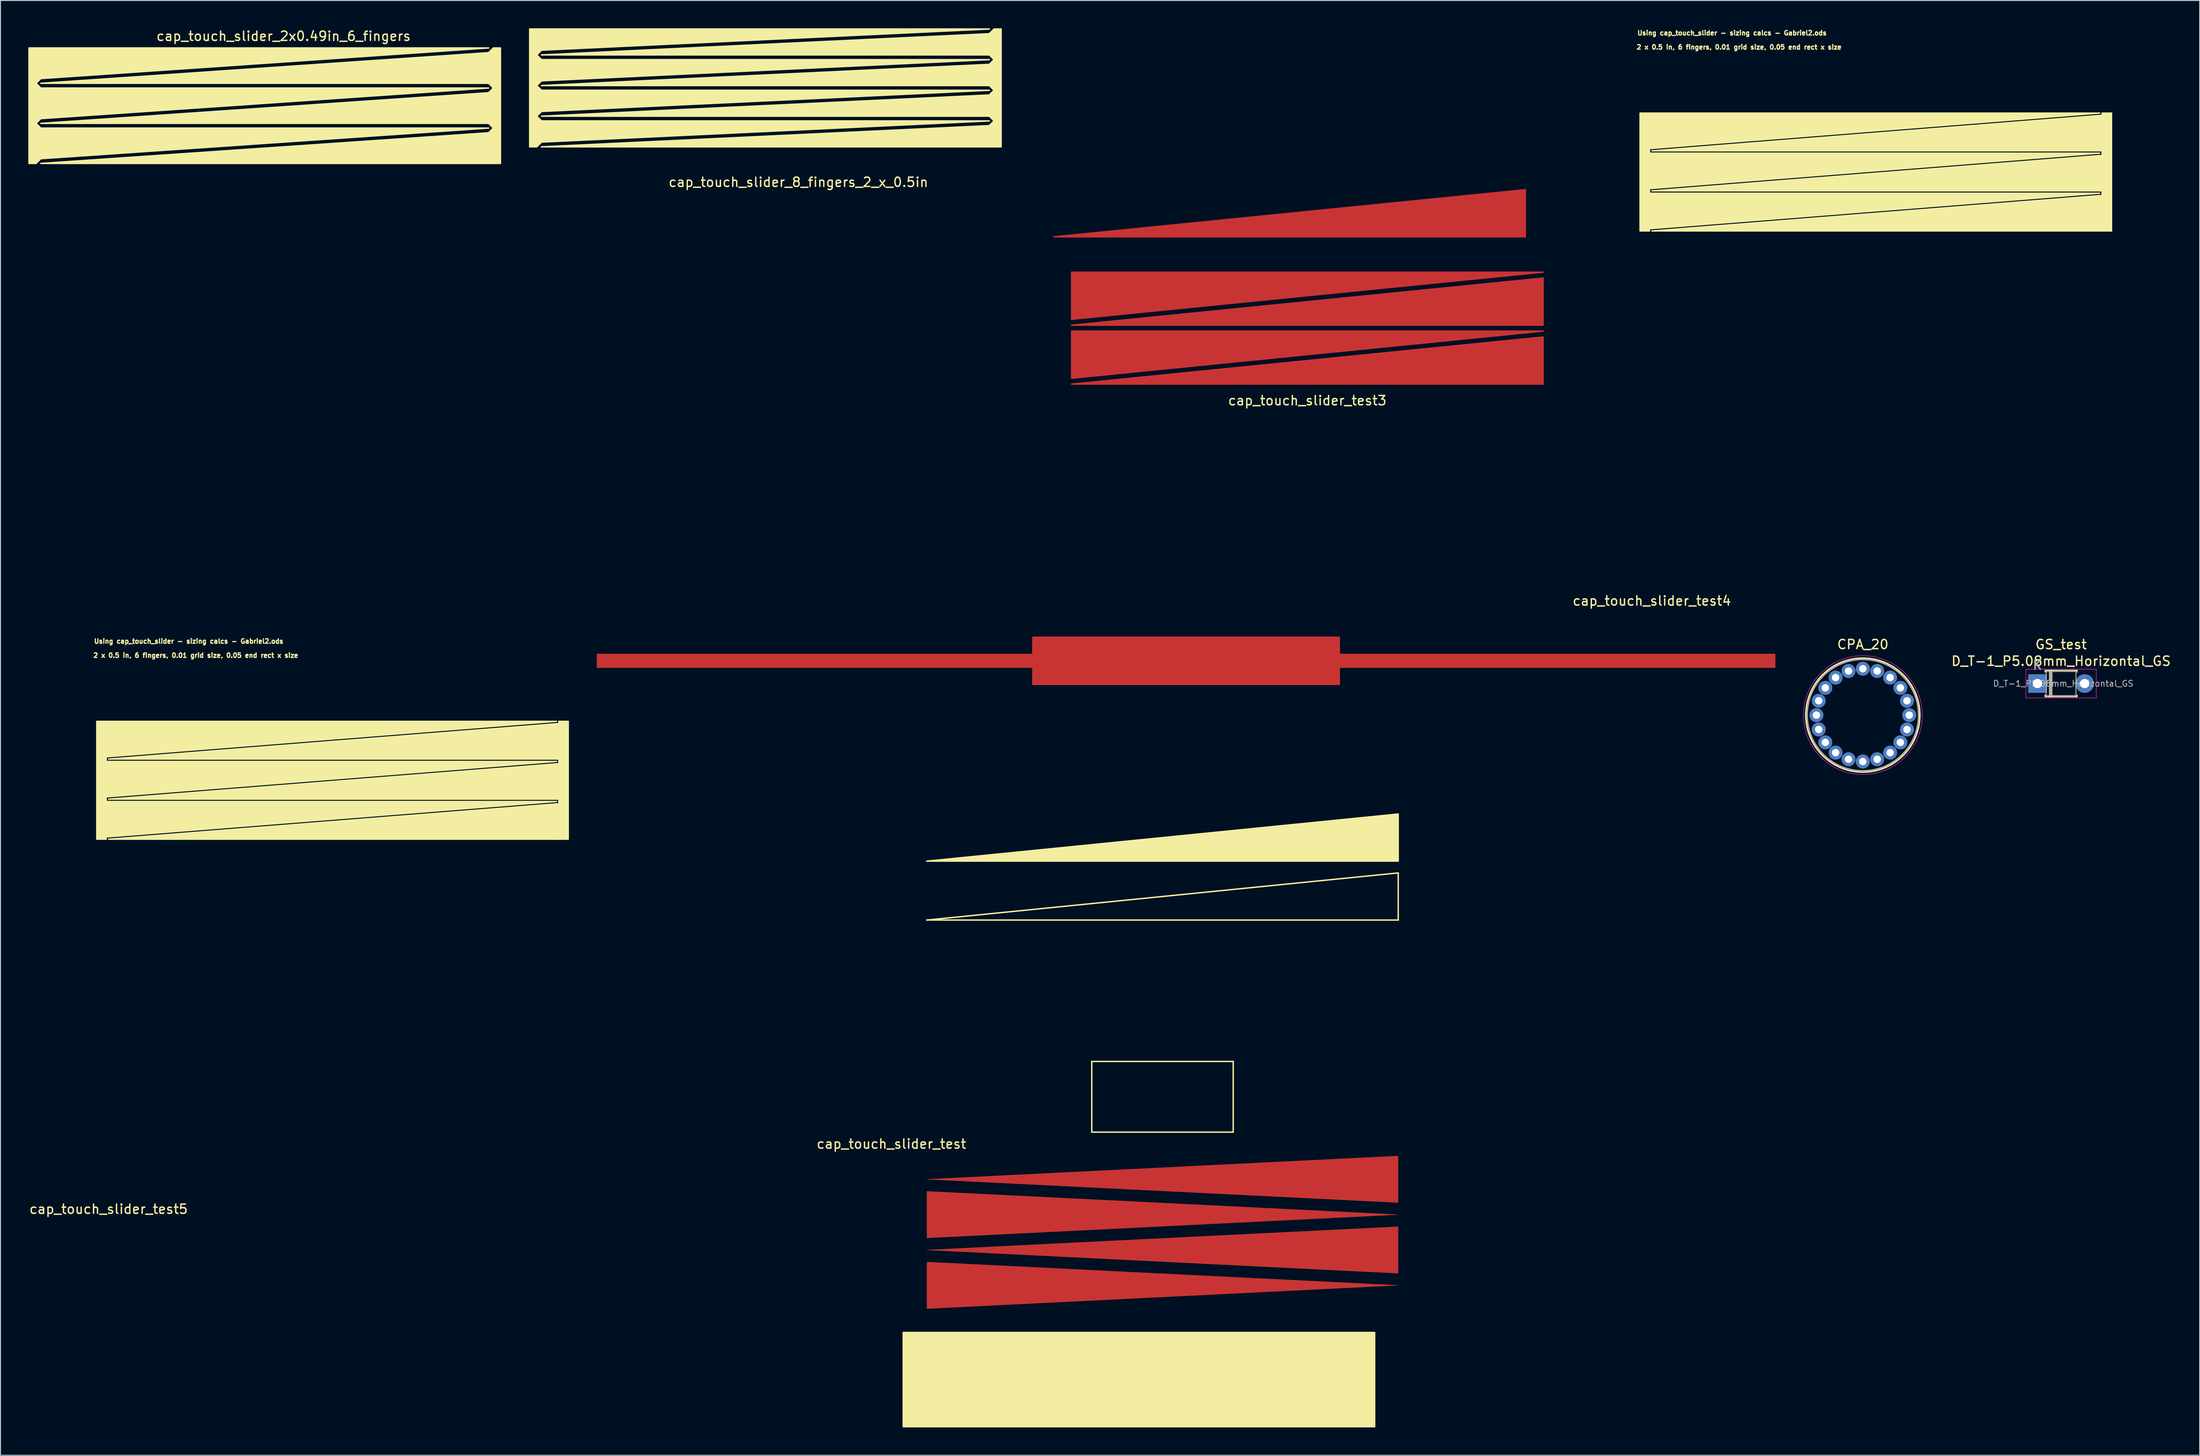
<source format=kicad_pcb>
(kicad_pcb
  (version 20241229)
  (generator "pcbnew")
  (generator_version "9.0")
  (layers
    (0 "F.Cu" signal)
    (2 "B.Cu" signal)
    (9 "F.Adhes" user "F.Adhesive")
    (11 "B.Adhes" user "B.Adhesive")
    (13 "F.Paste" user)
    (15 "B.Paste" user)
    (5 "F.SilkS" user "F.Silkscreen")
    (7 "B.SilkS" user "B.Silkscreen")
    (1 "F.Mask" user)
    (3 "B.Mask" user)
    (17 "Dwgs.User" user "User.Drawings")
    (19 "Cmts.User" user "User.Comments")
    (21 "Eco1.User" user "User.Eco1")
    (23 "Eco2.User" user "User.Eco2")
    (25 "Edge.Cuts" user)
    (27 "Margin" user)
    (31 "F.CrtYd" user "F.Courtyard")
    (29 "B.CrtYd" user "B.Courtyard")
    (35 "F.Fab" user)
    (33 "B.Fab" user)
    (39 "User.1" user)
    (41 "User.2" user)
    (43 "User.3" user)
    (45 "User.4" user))
  (footprint "cap_touch_slider_8_fingers_2_x_0.5in"
    (layer "F.Cu")
    (at 55.295 12.775)
    (property "Reference" "cap_touch_slider_8_fingers_2_x_0.5in" (at 27.686 3.81 0) (layer "F.SilkS") (effects (font (size 1 1) (thickness 0.15))))
    (attr through_hole)
    (fp_poly (pts (xy 0 -9.906) (xy 48.26 -12.192) (xy 48.26 -9.906)) (stroke (width 0.15) (type solid)) (fill yes) (layer "F.SilkS"))
    (fp_poly (pts (xy 0 -6.604) (xy 48.26 -8.89) (xy 48.26 -6.604)) (stroke (width 0.15) (type solid)) (fill yes) (layer "F.SilkS"))
    (fp_poly (pts (xy 0 -3.302) (xy 48.26 -5.588) (xy 48.26 -3.302)) (stroke (width 0.15) (type solid)) (fill yes) (layer "F.SilkS"))
    (fp_poly (pts (xy 0 0) (xy 48.26 -2.286) (xy 48.26 0)) (stroke (width 0.15) (type solid)) (fill yes) (layer "F.SilkS"))
    (fp_poly (pts (xy 48.26 -12.7) (xy 0 -10.414) (xy 0 -12.7)) (stroke (width 0.15) (type solid)) (fill yes) (layer "F.SilkS"))
    (fp_poly (pts (xy 48.26 -9.398) (xy 0 -7.112) (xy 0 -9.398)) (stroke (width 0.15) (type solid)) (fill yes) (layer "F.SilkS"))
    (fp_poly (pts (xy 48.26 -6.096) (xy 0 -3.81) (xy 0 -6.096)) (stroke (width 0.15) (type solid)) (fill yes) (layer "F.SilkS"))
    (fp_poly (pts (xy 48.26 -2.794) (xy 0 -0.508) (xy 0 -2.794)) (stroke (width 0.15) (type solid)) (fill yes) (layer "F.SilkS"))
    (fp_poly (pts (xy 0 -12.7) (xy 0 -10.414) (xy -0.508 -9.906) (xy 0 -9.398) (xy 0 -7.112) (xy -0.508 -6.604) (xy 0 -6.096) (xy 0 -3.81) (xy -0.508 -3.302) (xy 0 -2.794) (xy 0 -0.508) (xy -0.508 0) (xy -1.27 0) (xy -1.27 -12.7)) (stroke (width 0.15) (type solid)) (fill yes) (layer "F.SilkS"))
    (fp_poly (pts (xy 48.26 0) (xy 48.26 -2.286) (xy 48.768 -2.794) (xy 48.26 -3.302) (xy 48.26 -5.588) (xy 48.768 -6.096) (xy 48.26 -6.604) (xy 48.26 -8.89) (xy 48.768 -9.398) (xy 48.26 -9.906) (xy 48.26 -12.192) (xy 48.768 -12.7) (xy 49.53 -12.7) (xy 49.53 0)) (stroke (width 0.15) (type solid)) (fill yes) (layer "F.SilkS")))
  (footprint "cap_touch_slider_test5"
    (layer "F.Cu")
    (at 8.649 87.398)
    (property "Reference" "cap_touch_slider_test5" (at 0 39.87 0) (layer "F.SilkS") (effects (font (size 1 1) (thickness 0.15))))
    (attr smd)
    (fp_poly (pts (xy 0 -8.636) (xy 48.26 -8.636) (xy 48.26 -12.446)) (stroke (width 0.15) (type solid)) (fill yes) (layer "F.SilkS"))
    (fp_poly (pts (xy 0 -4.318) (xy 48.26 -4.318) (xy 48.26 -8.128)) (stroke (width 0.15) (type solid)) (fill yes) (layer "F.SilkS"))
    (fp_poly (pts (xy 0 0) (xy 48.26 0) (xy 48.26 -3.81)) (stroke (width 0.15) (type solid)) (fill yes) (layer "F.SilkS"))
    (fp_poly (pts (xy 48.26 -12.7) (xy 0 -12.7) (xy 0 -8.89)) (stroke (width 0.15) (type solid)) (fill yes) (layer "F.SilkS"))
    (fp_poly (pts (xy 48.26 -8.382) (xy 0 -8.382) (xy 0 -4.572)) (stroke (width 0.15) (type solid)) (fill yes) (layer "F.SilkS"))
    (fp_poly (pts (xy 48.26 -4.064) (xy 0 -4.064) (xy 0 -0.254)) (stroke (width 0.15) (type solid)) (fill yes) (layer "F.SilkS"))
    (fp_poly (pts (xy 0 -12.7) (xy 0 -8.89) (xy -0.254 -8.89) (xy -0.254 -8.636) (xy -0.254 -8.382) (xy 0 -8.382) (xy 0 -4.572) (xy -0.254 -4.572) (xy -0.254 -4.064) (xy 0 -4.064) (xy 0 -0.254) (xy -0.254 -0.254) (xy -0.254 0) (xy -1.27 0) (xy -1.27 -12.7)) (stroke (width 0.15) (type solid)) (fill yes) (layer "F.SilkS"))
    (fp_poly (pts (xy 48.26 0) (xy 48.26 -3.81) (xy 48.514 -3.81) (xy 48.514 -4.064) (xy 48.514 -4.318) (xy 48.26 -4.318) (xy 48.26 -8.128) (xy 48.514 -8.128) (xy 48.514 -8.636) (xy 48.26 -8.636) (xy 48.26 -12.446) (xy 48.514 -12.446) (xy 48.514 -12.7) (xy 49.53 -12.7) (xy 49.53 0)) (stroke (width 0.15) (type solid)) (fill yes) (layer "F.SilkS"))
    (fp_text user "Using cap_touch_slider - sizing calcs - Gabriel2.ods" (at 8.636 -21.336 0) (layer "F.SilkS") (effects (font (size 0.492 0.492) (thickness 0.123))))
    (fp_text user "2 x 0.5 in, 6 fingers, 0.01 grid size, 0.05 end rect x size" (at 9.398 -19.812 0) (layer "F.SilkS") (effects (font (size 0.492 0.492) (thickness 0.123)))))
  (footprint "D_T-1_P5.08mm_Horizontal_GS"
    (layer "F.Cu")
    (at 216.498 70.623)
    (property "Reference" "D_T-1_P5.08mm_Horizontal_GS" (at 2.54 -2.42 0) (layer "F.SilkS") (effects (font (size 1 1) (thickness 0.15))))
    (attr through_hole)
    (fp_line (start 0.82 -1.42) (end 4.26 -1.42) (stroke (width 0.12) (type solid)) (layer "F.SilkS"))
    (fp_line (start 0.82 -1.24) (end 0.82 -1.42) (stroke (width 0.12) (type solid)) (layer "F.SilkS"))
    (fp_line (start 0.82 1.24) (end 0.82 1.42) (stroke (width 0.12) (type solid)) (layer "F.SilkS"))
    (fp_line (start 0.82 1.42) (end 4.26 1.42) (stroke (width 0.12) (type solid)) (layer "F.SilkS"))
    (fp_line (start 1.3 -1.42) (end 1.3 1.42) (stroke (width 0.12) (type solid)) (layer "F.SilkS"))
    (fp_line (start 1.42 -1.42) (end 1.42 1.42) (stroke (width 0.12) (type solid)) (layer "F.SilkS"))
    (fp_line (start 1.54 -1.42) (end 1.54 1.42) (stroke (width 0.12) (type solid)) (layer "F.SilkS"))
    (fp_line (start 4.26 -1.42) (end 4.26 -1.24) (stroke (width 0.12) (type solid)) (layer "F.SilkS"))
    (fp_line (start 4.26 1.42) (end 4.26 1.24) (stroke (width 0.12) (type solid)) (layer "F.SilkS"))
    (fp_line (start -1.25 -1.55) (end -1.25 1.55) (stroke (width 0.05) (type solid)) (layer "F.CrtYd"))
    (fp_line (start -1.25 1.55) (end 6.33 1.55) (stroke (width 0.05) (type solid)) (layer "F.CrtYd"))
    (fp_line (start 6.33 -1.55) (end -1.25 -1.55) (stroke (width 0.05) (type solid)) (layer "F.CrtYd"))
    (fp_line (start 6.33 1.55) (end 6.33 -1.55) (stroke (width 0.05) (type solid)) (layer "F.CrtYd"))
    (fp_line (start 0 0) (end 0.94 0) (stroke (width 0.1) (type solid)) (layer "F.Fab"))
    (fp_line (start 0.94 -1.3) (end 0.94 1.3) (stroke (width 0.1) (type solid)) (layer "F.Fab"))
    (fp_line (start 0.94 1.3) (end 4.14 1.3) (stroke (width 0.1) (type solid)) (layer "F.Fab"))
    (fp_line (start 1.32 -1.3) (end 1.32 1.3) (stroke (width 0.1) (type solid)) (layer "F.Fab"))
    (fp_line (start 1.42 -1.3) (end 1.42 1.3) (stroke (width 0.1) (type solid)) (layer "F.Fab"))
    (fp_line (start 1.52 -1.3) (end 1.52 1.3) (stroke (width 0.1) (type solid)) (layer "F.Fab"))
    (fp_line (start 4.14 -1.3) (end 0.94 -1.3) (stroke (width 0.1) (type solid)) (layer "F.Fab"))
    (fp_line (start 4.14 1.3) (end 4.14 -1.3) (stroke (width 0.1) (type solid)) (layer "F.Fab"))
    (fp_line (start 5.08 0) (end 4.14 0) (stroke (width 0.1) (type solid)) (layer "F.Fab"))
    (fp_text user "GS_test" (at 2.54 -4.216 0) (layer "F.SilkS") (effects (font (size 1 1) (thickness 0.15))))
    (fp_text user "K" (at 0 -2 0) (layer "F.SilkS") (effects (font (size 1 1) (thickness 0.15))))
    (fp_text user "${REFERENCE}" (at 2.78 0 0) (layer "F.Fab") (effects (font (size 0.64 0.64) (thickness 0.096))))
    (fp_text user "K" (at 0 -2 0) (layer "F.Fab") (effects (font (size 1 1) (thickness 0.15))))
    (pad "1" thru_hole rect (at 0 0) (size 2 2) (drill 1) (layers "*.Cu" "*.Mask"))
    (pad "2" thru_hole oval (at 5.08 0) (size 2 2) (drill 1) (layers "*.Cu" "*.Mask")))
  (footprint "cap_touch_slider_2x0.49in_6_fingers"
    (layer "F.Cu")
    (at 1.345 14.564)
    (property "Reference" "cap_touch_slider_2x0.49in_6_fingers" (at 26.162 -13.716 0) (layer "F.SilkS") (effects (font (size 1 1) (thickness 0.15))))
    (attr through_hole)
    (fp_poly (pts (xy 0 -8.636) (xy 48.26 -8.636) (xy 48.26 -11.938)) (stroke (width 0.15) (type solid)) (fill yes) (layer "F.SilkS"))
    (fp_poly (pts (xy 0 -4.318) (xy 48.26 -4.318) (xy 48.26 -7.62)) (stroke (width 0.15) (type solid)) (fill yes) (layer "F.SilkS"))
    (fp_poly (pts (xy 0 0) (xy 48.26 0) (xy 48.26 -3.302)) (stroke (width 0.15) (type solid)) (fill yes) (layer "F.SilkS"))
    (fp_poly (pts (xy 48.26 -12.446) (xy 0 -12.446) (xy 0 -9.144)) (stroke (width 0.15) (type solid)) (fill yes) (layer "F.SilkS"))
    (fp_poly (pts (xy 48.26 -8.128) (xy 0 -8.128) (xy 0 -4.826)) (stroke (width 0.15) (type solid)) (fill yes) (layer "F.SilkS"))
    (fp_poly (pts (xy 48.26 -3.81) (xy 0 -3.81) (xy 0 -0.508)) (stroke (width 0.15) (type solid)) (fill yes) (layer "F.SilkS"))
    (fp_poly (pts (xy 0 -12.446) (xy 0 -9.144) (xy -0.508 -8.636) (xy 0 -8.128) (xy 0 -4.826) (xy -0.508 -4.318) (xy 0 -3.81) (xy 0 -0.508) (xy -0.508 0) (xy -1.27 0) (xy -1.27 -12.446)) (stroke (width 0.15) (type solid)) (fill yes) (layer "F.SilkS"))
    (fp_poly (pts (xy 48.26 0) (xy 48.26 -3.302) (xy 48.768 -3.81) (xy 48.26 -4.318) (xy 48.26 -7.62) (xy 48.768 -8.128) (xy 48.26 -8.636) (xy 48.26 -11.938) (xy 48.768 -12.446) (xy 49.53 -12.446) (xy 49.53 0)) (stroke (width 0.15) (type solid)) (fill yes) (layer "F.SilkS")))
  (footprint "cap_touch_slider_test3"
    (layer "F.Cu")
    (at 137.82 0.25)
    (property "Reference" "cap_touch_slider_test3" (at 0 39.87 0) (layer "F.SilkS") (effects (font (size 1 1) (thickness 0.15))))
    (attr through_hole)
    (fp_poly (pts (xy -26.035 26.035) (xy -29.845 26.035) (xy -29.845 38.1) (xy -26.67 38.1) (xy -26.035 37.465) (xy -26.035 32.385) (xy -26.67 31.75) (xy -26.035 31.115)) (stroke (width 0.15) (type solid)) (fill yes) (layer "F.Paste"))
    (pad "1" smd custom (at -1.905 20.955) (size 1.524 1.524) (layers "F.Cu" "F.Mask" "F.Paste") (options (anchor rect)) (primitives (gr_poly (pts (xy -25.4 1.27) (xy 25.4 1.27) (xy 25.4 -3.81)) (width 0.15) (fill yes))))
    (pad "1" smd custom (at 0 27.305 180) (size 1.524 1.524) (layers "F.Cu" "F.Mask" "F.Paste") (options (anchor rect)) (primitives (gr_poly (pts (xy -25.4 1.27) (xy 25.4 1.27) (xy 25.4 -3.81)) (width 0.15) (fill yes))))
    (pad "1" smd custom (at 0 30.48) (size 1.524 1.524) (layers "F.Cu" "F.Mask" "F.Paste") (options (anchor rect)) (primitives (gr_poly (pts (xy -25.4 1.27) (xy 25.4 1.27) (xy 25.4 -3.81)) (width 0.15) (fill yes))))
    (pad "1" smd custom (at 0 33.655 180) (size 1.524 1.524) (layers "F.Cu" "F.Mask" "F.Paste") (options (anchor rect)) (primitives (gr_poly (pts (xy -25.4 1.27) (xy 25.4 1.27) (xy 25.4 -3.81)) (width 0.15) (fill yes))))
    (pad "1" smd custom (at 0 36.83) (size 1.524 1.524) (layers "F.Cu" "F.Mask" "F.Paste") (options (anchor rect)) (primitives (gr_poly (pts (xy -25.4 1.27) (xy 25.4 1.27) (xy 25.4 -3.81)) (width 0.15) (fill yes)))))
  (footprint "cap_touch_slider_test"
    (layer "F.Cu")
    (at 122.214 96.113)
    (property "Reference" "cap_touch_slider_test" (at -29.21 24.13 0) (layer "F.SilkS") (effects (font (size 1 1) (thickness 0.15))))
    (attr through_hole)
    (fp_line (start -25.4 0) (end 25.4 0) (stroke (width 0.15) (type solid)) (layer "F.SilkS"))
    (fp_line (start -7.62 15.24) (end -7.62 22.86) (stroke (width 0.15) (type solid)) (layer "F.SilkS"))
    (fp_line (start -7.62 22.86) (end 7.62 22.86) (stroke (width 0.15) (type solid)) (layer "F.SilkS"))
    (fp_line (start 7.62 15.24) (end -7.62 15.24) (stroke (width 0.15) (type solid)) (layer "F.SilkS"))
    (fp_line (start 7.62 22.86) (end 7.62 15.24) (stroke (width 0.15) (type solid)) (layer "F.SilkS"))
    (fp_line (start 25.4 -5.08) (end -25.4 0) (stroke (width 0.15) (type solid)) (layer "F.SilkS"))
    (fp_line (start 25.4 0) (end 25.4 -5.08) (stroke (width 0.15) (type solid)) (layer "F.SilkS"))
    (fp_poly (pts (xy 25.4 -11.43) (xy 25.4 -6.35) (xy -25.4 -6.35)) (stroke (width 0.15) (type solid)) (fill yes) (layer "F.SilkS"))
    (fp_poly (pts (xy -27.94 44.45) (xy 22.86 44.45) (xy 22.86 54.61) (xy -27.94 54.61) (xy -27.94 53.34)) (stroke (width 0.15) (type solid)) (fill yes) (layer "F.SilkS"))
    (pad "1" smd custom (at 2.54 -27.94) (size 127 1.524) (layers "F.Cu" "F.Mask" "F.Paste") (options (anchor rect)) (primitives (gr_poly (pts (xy -16.51 -2.54) (xy -16.51 2.54) (xy 16.51 2.54) (xy 16.51 -2.54)) (width 0.15) (fill yes))))
    (pad "2" smd trapezoid (at 0 31.75) (size 50.8 2.54) (rect_delta 2.515 0) (layers "F.Cu" "F.Mask" "F.Paste"))
    (pad "3" smd trapezoid (at 0 35.56 180) (size 50.8 2.54) (rect_delta 2.515 0) (layers "F.Cu" "F.Mask" "F.Paste"))
    (pad "4" smd trapezoid (at 0 39.37) (size 50.8 2.54) (rect_delta 2.515 0) (layers "F.Cu" "F.Mask" "F.Paste"))
    (pad "5" smd trapezoid (at 0 27.94 180) (size 50.8 2.54) (rect_delta 2.515 0) (layers "F.Cu" "F.Mask" "F.Paste"))
    (pad "6" smd rect (at 0 -7.62) (size 0.254 0.254) (layers "F.Cu" "F.Mask" "F.Paste")))
  (footprint "CPA_20"
    (layer "F.Cu")
    (at 197.679 74.026)
    (property "Reference" "CPA_20" (at 0 -7.62 0) (layer "F.SilkS") (effects (font (size 1 1) (thickness 0.15))))
    (attr through_hole)
    (fp_circle (center 0 0) (end 0 6.15) (stroke (width 0.15) (type solid)) (fill no) (layer "F.SilkS"))
    (fp_circle (center 0 0) (end 0 6.4) (stroke (width 0.05) (type solid)) (fill no) (layer "F.CrtYd"))
    (fp_circle (center 0 0) (end 0 6) (stroke (width 0.15) (type solid)) (fill no) (layer "F.Fab"))
    (pad "1" thru_hole oval (at 0 -5) (size 1.5 1.5) (drill 0.8) (layers "*.Cu" "*.Mask"))
    (pad "2" thru_hole oval (at 1.545 -4.755) (size 1.5 1.5) (drill 0.8) (layers "*.Cu" "*.Mask"))
    (pad "3" thru_hole oval (at 2.939 -4.045) (size 1.5 1.5) (drill 0.8) (layers "*.Cu" "*.Mask"))
    (pad "4" thru_hole oval (at 4.045 -2.939) (size 1.5 1.5) (drill 0.8) (layers "*.Cu" "*.Mask"))
    (pad "5" thru_hole oval (at 4.755 -1.545) (size 1.5 1.5) (drill 0.8) (layers "*.Cu" "*.Mask"))
    (pad "6" thru_hole oval (at 5 0) (size 1.5 1.5) (drill 0.8) (layers "*.Cu" "*.Mask"))
    (pad "7" thru_hole oval (at 4.755 1.545) (size 1.5 1.5) (drill 0.8) (layers "*.Cu" "*.Mask"))
    (pad "8" thru_hole oval (at 4.045 2.939) (size 1.5 1.5) (drill 0.8) (layers "*.Cu" "*.Mask"))
    (pad "9" thru_hole oval (at 2.939 4.045) (size 1.5 1.5) (drill 0.8) (layers "*.Cu" "*.Mask"))
    (pad "10" thru_hole oval (at 1.545 4.755) (size 1.5 1.5) (drill 0.8) (layers "*.Cu" "*.Mask"))
    (pad "11" thru_hole oval (at 0 5) (size 1.5 1.5) (drill 0.8) (layers "*.Cu" "*.Mask"))
    (pad "12" thru_hole oval (at -1.545 4.755) (size 1.5 1.5) (drill 0.8) (layers "*.Cu" "*.Mask"))
    (pad "13" thru_hole oval (at -2.939 4.045) (size 1.5 1.5) (drill 0.8) (layers "*.Cu" "*.Mask"))
    (pad "14" thru_hole oval (at -4.045 2.939) (size 1.5 1.5) (drill 0.8) (layers "*.Cu" "*.Mask"))
    (pad "15" thru_hole oval (at -4.755 1.545) (size 1.5 1.5) (drill 0.8) (layers "*.Cu" "*.Mask"))
    (pad "16" thru_hole oval (at -5 0) (size 1.5 1.5) (drill 0.8) (layers "*.Cu" "*.Mask"))
    (pad "17" thru_hole oval (at -4.755 -1.545) (size 1.5 1.5) (drill 0.8) (layers "*.Cu" "*.Mask"))
    (pad "18" thru_hole oval (at -4.045 -2.939) (size 1.5 1.5) (drill 0.8) (layers "*.Cu" "*.Mask"))
    (pad "19" thru_hole oval (at -2.939 -4.045) (size 1.5 1.5) (drill 0.8) (layers "*.Cu" "*.Mask"))
    (pad "20" thru_hole oval (at -1.545 -4.755) (size 1.5 1.5) (drill 0.8) (layers "*.Cu" "*.Mask")))
  (footprint "cap_touch_slider_test4"
    (layer "F.Cu")
    (at 174.944 21.84)
    (property "Reference" "cap_touch_slider_test4" (at 0 39.87 0) (layer "F.SilkS") (effects (font (size 1 1) (thickness 0.15))))
    (attr smd)
    (fp_poly (pts (xy 0 -8.636) (xy 48.26 -8.636) (xy 48.26 -12.446)) (stroke (width 0.15) (type solid)) (fill yes) (layer "F.SilkS"))
    (fp_poly (pts (xy 0 -4.318) (xy 48.26 -4.318) (xy 48.26 -8.128)) (stroke (width 0.15) (type solid)) (fill yes) (layer "F.SilkS"))
    (fp_poly (pts (xy 0 0) (xy 48.26 0) (xy 48.26 -3.81)) (stroke (width 0.15) (type solid)) (fill yes) (layer "F.SilkS"))
    (fp_poly (pts (xy 48.26 -12.7) (xy 0 -12.7) (xy 0 -8.89)) (stroke (width 0.15) (type solid)) (fill yes) (layer "F.SilkS"))
    (fp_poly (pts (xy 48.26 -8.382) (xy 0 -8.382) (xy 0 -4.572)) (stroke (width 0.15) (type solid)) (fill yes) (layer "F.SilkS"))
    (fp_poly (pts (xy 48.26 -4.064) (xy 0 -4.064) (xy 0 -0.254)) (stroke (width 0.15) (type solid)) (fill yes) (layer "F.SilkS"))
    (fp_poly (pts (xy 0 -12.7) (xy 0 -8.89) (xy -0.254 -8.89) (xy -0.254 -8.636) (xy -0.254 -8.382) (xy 0 -8.382) (xy 0 -4.572) (xy -0.254 -4.572) (xy -0.254 -4.064) (xy 0 -4.064) (xy 0 -0.254) (xy -0.254 -0.254) (xy -0.254 0) (xy -1.27 0) (xy -1.27 -12.7)) (stroke (width 0.15) (type solid)) (fill yes) (layer "F.SilkS"))
    (fp_poly (pts (xy 48.26 0) (xy 48.26 -3.81) (xy 48.514 -3.81) (xy 48.514 -4.064) (xy 48.514 -4.318) (xy 48.26 -4.318) (xy 48.26 -8.128) (xy 48.514 -8.128) (xy 48.514 -8.636) (xy 48.26 -8.636) (xy 48.26 -12.446) (xy 48.514 -12.446) (xy 48.514 -12.7) (xy 49.53 -12.7) (xy 49.53 0)) (stroke (width 0.15) (type solid)) (fill yes) (layer "F.SilkS"))
    (fp_text user "Using cap_touch_slider - sizing calcs - Gabriel2.ods" (at 8.636 -21.336 0) (layer "F.SilkS") (effects (font (size 0.492 0.492) (thickness 0.123))))
    (fp_text user "2 x 0.5 in, 6 fingers, 0.01 grid size, 0.05 end rect x size" (at 9.398 -19.812 0) (layer "F.SilkS") (effects (font (size 0.492 0.492) (thickness 0.123)))))
  (gr_rect
    (start -3 -3)
    (end 233.973 153.798)
    (stroke (width 0.1) (type default))
    (fill no)
    (layer "Edge.Cuts")))
</source>
